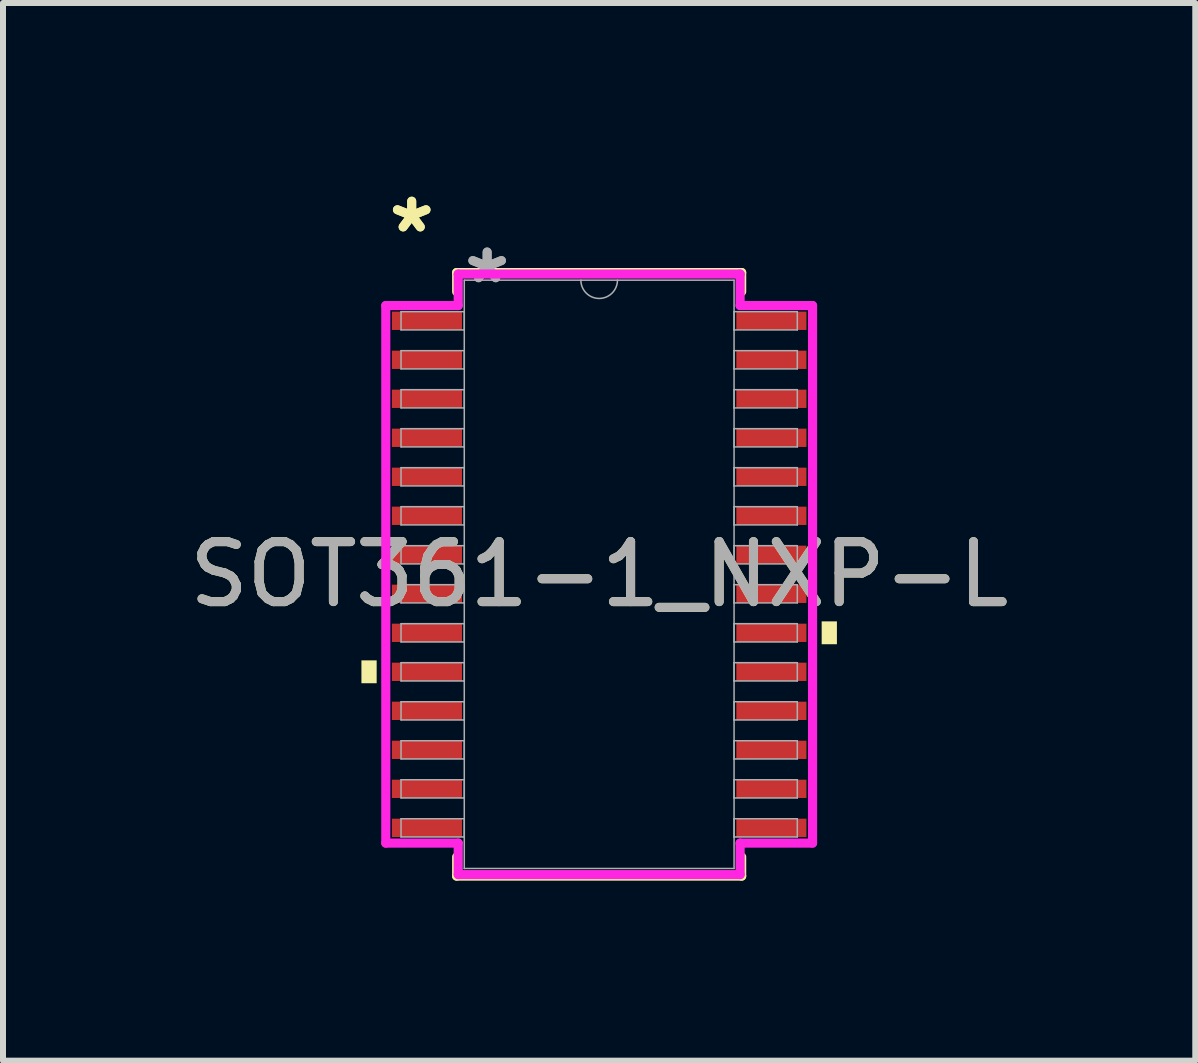
<source format=kicad_pcb>
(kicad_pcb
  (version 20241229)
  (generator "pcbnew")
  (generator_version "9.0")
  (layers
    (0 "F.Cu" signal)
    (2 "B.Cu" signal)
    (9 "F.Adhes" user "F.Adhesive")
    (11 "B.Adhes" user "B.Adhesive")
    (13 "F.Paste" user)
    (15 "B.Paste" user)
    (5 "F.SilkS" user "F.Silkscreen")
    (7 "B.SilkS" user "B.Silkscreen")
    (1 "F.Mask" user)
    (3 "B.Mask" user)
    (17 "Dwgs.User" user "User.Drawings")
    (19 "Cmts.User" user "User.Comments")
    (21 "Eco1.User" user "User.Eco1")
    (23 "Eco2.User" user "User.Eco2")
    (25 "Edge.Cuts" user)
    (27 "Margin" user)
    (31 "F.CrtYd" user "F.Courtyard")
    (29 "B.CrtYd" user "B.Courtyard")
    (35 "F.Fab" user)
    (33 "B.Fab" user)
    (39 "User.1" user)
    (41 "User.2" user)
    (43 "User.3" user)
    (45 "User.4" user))
  (footprint "SOT361-1_NXP-L"
    (layer "F.Cu")
    (at 6.935 6.521)
    (property "Reference" "SOT361-1_NXP-L" (at 0 0 0) (unlocked yes) (layer "F.SilkS") (effects (font (size 1 1) (thickness 0.15))))
    (attr smd)
    (fp_line (start -2.375 -5.029) (end -2.375 -4.71) (stroke (width 0.152) (type solid)) (layer "F.SilkS"))
    (fp_line (start -2.375 4.71) (end -2.375 5.029) (stroke (width 0.152) (type solid)) (layer "F.SilkS"))
    (fp_line (start -2.375 5.029) (end 2.375 5.029) (stroke (width 0.152) (type solid)) (layer "F.SilkS"))
    (fp_line (start 2.375 -5.029) (end -2.375 -5.029) (stroke (width 0.152) (type solid)) (layer "F.SilkS"))
    (fp_line (start 2.375 -4.71) (end 2.375 -5.029) (stroke (width 0.152) (type solid)) (layer "F.SilkS"))
    (fp_line (start 2.375 5.029) (end 2.375 4.71) (stroke (width 0.152) (type solid)) (layer "F.SilkS"))
    (fp_poly (pts (xy -3.962 1.434) (xy -3.962 1.815) (xy -3.708 1.815) (xy -3.708 1.434)) (stroke (width 0) (type solid)) (fill yes) (layer "F.SilkS"))
    (fp_poly (pts (xy 3.962 0.784) (xy 3.962 1.165) (xy 3.708 1.165) (xy 3.708 0.784)) (stroke (width 0) (type solid)) (fill yes) (layer "F.SilkS"))
    (fp_line (start -3.556 -4.479) (end -2.349 -4.479) (stroke (width 0.152) (type solid)) (layer "F.CrtYd"))
    (fp_line (start -3.556 4.479) (end -3.556 -4.479) (stroke (width 0.152) (type solid)) (layer "F.CrtYd"))
    (fp_line (start -3.556 4.479) (end -2.349 4.479) (stroke (width 0.152) (type solid)) (layer "F.CrtYd"))
    (fp_line (start -2.349 -5.004) (end 2.349 -5.004) (stroke (width 0.152) (type solid)) (layer "F.CrtYd"))
    (fp_line (start -2.349 -4.479) (end -2.349 -5.004) (stroke (width 0.152) (type solid)) (layer "F.CrtYd"))
    (fp_line (start -2.349 5.004) (end -2.349 4.479) (stroke (width 0.152) (type solid)) (layer "F.CrtYd"))
    (fp_line (start 2.349 -5.004) (end 2.349 -4.479) (stroke (width 0.152) (type solid)) (layer "F.CrtYd"))
    (fp_line (start 2.349 4.479) (end 2.349 5.004) (stroke (width 0.152) (type solid)) (layer "F.CrtYd"))
    (fp_line (start 2.349 5.004) (end -2.349 5.004) (stroke (width 0.152) (type solid)) (layer "F.CrtYd"))
    (fp_line (start 3.556 -4.479) (end 2.349 -4.479) (stroke (width 0.152) (type solid)) (layer "F.CrtYd"))
    (fp_line (start 3.556 -4.479) (end 3.556 4.479) (stroke (width 0.152) (type solid)) (layer "F.CrtYd"))
    (fp_line (start 3.556 4.479) (end 2.349 4.479) (stroke (width 0.152) (type solid)) (layer "F.CrtYd"))
    (fp_line (start -3.302 -4.377) (end -3.302 -4.073) (stroke (width 0.025) (type solid)) (layer "F.Fab"))
    (fp_line (start -3.302 -4.073) (end -2.248 -4.073) (stroke (width 0.025) (type solid)) (layer "F.Fab"))
    (fp_line (start -3.302 -3.727) (end -3.302 -3.423) (stroke (width 0.025) (type solid)) (layer "F.Fab"))
    (fp_line (start -3.302 -3.423) (end -2.248 -3.423) (stroke (width 0.025) (type solid)) (layer "F.Fab"))
    (fp_line (start -3.302 -3.077) (end -3.302 -2.773) (stroke (width 0.025) (type solid)) (layer "F.Fab"))
    (fp_line (start -3.302 -2.773) (end -2.248 -2.773) (stroke (width 0.025) (type solid)) (layer "F.Fab"))
    (fp_line (start -3.302 -2.427) (end -3.302 -2.123) (stroke (width 0.025) (type solid)) (layer "F.Fab"))
    (fp_line (start -3.302 -2.123) (end -2.248 -2.123) (stroke (width 0.025) (type solid)) (layer "F.Fab"))
    (fp_line (start -3.302 -1.777) (end -3.302 -1.473) (stroke (width 0.025) (type solid)) (layer "F.Fab"))
    (fp_line (start -3.302 -1.473) (end -2.248 -1.473) (stroke (width 0.025) (type solid)) (layer "F.Fab"))
    (fp_line (start -3.302 -1.127) (end -3.302 -0.823) (stroke (width 0.025) (type solid)) (layer "F.Fab"))
    (fp_line (start -3.302 -0.823) (end -2.248 -0.823) (stroke (width 0.025) (type solid)) (layer "F.Fab"))
    (fp_line (start -3.302 -0.477) (end -3.302 -0.173) (stroke (width 0.025) (type solid)) (layer "F.Fab"))
    (fp_line (start -3.302 -0.173) (end -2.248 -0.173) (stroke (width 0.025) (type solid)) (layer "F.Fab"))
    (fp_line (start -3.302 0.173) (end -3.302 0.477) (stroke (width 0.025) (type solid)) (layer "F.Fab"))
    (fp_line (start -3.302 0.477) (end -2.248 0.477) (stroke (width 0.025) (type solid)) (layer "F.Fab"))
    (fp_line (start -3.302 0.823) (end -3.302 1.127) (stroke (width 0.025) (type solid)) (layer "F.Fab"))
    (fp_line (start -3.302 1.127) (end -2.248 1.127) (stroke (width 0.025) (type solid)) (layer "F.Fab"))
    (fp_line (start -3.302 1.473) (end -3.302 1.777) (stroke (width 0.025) (type solid)) (layer "F.Fab"))
    (fp_line (start -3.302 1.777) (end -2.248 1.777) (stroke (width 0.025) (type solid)) (layer "F.Fab"))
    (fp_line (start -3.302 2.123) (end -3.302 2.427) (stroke (width 0.025) (type solid)) (layer "F.Fab"))
    (fp_line (start -3.302 2.427) (end -2.248 2.427) (stroke (width 0.025) (type solid)) (layer "F.Fab"))
    (fp_line (start -3.302 2.773) (end -3.302 3.077) (stroke (width 0.025) (type solid)) (layer "F.Fab"))
    (fp_line (start -3.302 3.077) (end -2.248 3.077) (stroke (width 0.025) (type solid)) (layer "F.Fab"))
    (fp_line (start -3.302 3.423) (end -3.302 3.727) (stroke (width 0.025) (type solid)) (layer "F.Fab"))
    (fp_line (start -3.302 3.727) (end -2.248 3.727) (stroke (width 0.025) (type solid)) (layer "F.Fab"))
    (fp_line (start -3.302 4.073) (end -3.302 4.377) (stroke (width 0.025) (type solid)) (layer "F.Fab"))
    (fp_line (start -3.302 4.377) (end -2.248 4.377) (stroke (width 0.025) (type solid)) (layer "F.Fab"))
    (fp_line (start -2.248 -4.902) (end -2.248 4.902) (stroke (width 0.025) (type solid)) (layer "F.Fab"))
    (fp_line (start -2.248 -4.377) (end -3.302 -4.377) (stroke (width 0.025) (type solid)) (layer "F.Fab"))
    (fp_line (start -2.248 -4.073) (end -2.248 -4.377) (stroke (width 0.025) (type solid)) (layer "F.Fab"))
    (fp_line (start -2.248 -3.727) (end -3.302 -3.727) (stroke (width 0.025) (type solid)) (layer "F.Fab"))
    (fp_line (start -2.248 -3.423) (end -2.248 -3.727) (stroke (width 0.025) (type solid)) (layer "F.Fab"))
    (fp_line (start -2.248 -3.077) (end -3.302 -3.077) (stroke (width 0.025) (type solid)) (layer "F.Fab"))
    (fp_line (start -2.248 -2.773) (end -2.248 -3.077) (stroke (width 0.025) (type solid)) (layer "F.Fab"))
    (fp_line (start -2.248 -2.427) (end -3.302 -2.427) (stroke (width 0.025) (type solid)) (layer "F.Fab"))
    (fp_line (start -2.248 -2.123) (end -2.248 -2.427) (stroke (width 0.025) (type solid)) (layer "F.Fab"))
    (fp_line (start -2.248 -1.777) (end -3.302 -1.777) (stroke (width 0.025) (type solid)) (layer "F.Fab"))
    (fp_line (start -2.248 -1.473) (end -2.248 -1.777) (stroke (width 0.025) (type solid)) (layer "F.Fab"))
    (fp_line (start -2.248 -1.127) (end -3.302 -1.127) (stroke (width 0.025) (type solid)) (layer "F.Fab"))
    (fp_line (start -2.248 -0.823) (end -2.248 -1.127) (stroke (width 0.025) (type solid)) (layer "F.Fab"))
    (fp_line (start -2.248 -0.477) (end -3.302 -0.477) (stroke (width 0.025) (type solid)) (layer "F.Fab"))
    (fp_line (start -2.248 -0.173) (end -2.248 -0.477) (stroke (width 0.025) (type solid)) (layer "F.Fab"))
    (fp_line (start -2.248 0.173) (end -3.302 0.173) (stroke (width 0.025) (type solid)) (layer "F.Fab"))
    (fp_line (start -2.248 0.477) (end -2.248 0.173) (stroke (width 0.025) (type solid)) (layer "F.Fab"))
    (fp_line (start -2.248 0.823) (end -3.302 0.823) (stroke (width 0.025) (type solid)) (layer "F.Fab"))
    (fp_line (start -2.248 1.127) (end -2.248 0.823) (stroke (width 0.025) (type solid)) (layer "F.Fab"))
    (fp_line (start -2.248 1.473) (end -3.302 1.473) (stroke (width 0.025) (type solid)) (layer "F.Fab"))
    (fp_line (start -2.248 1.777) (end -2.248 1.473) (stroke (width 0.025) (type solid)) (layer "F.Fab"))
    (fp_line (start -2.248 2.123) (end -3.302 2.123) (stroke (width 0.025) (type solid)) (layer "F.Fab"))
    (fp_line (start -2.248 2.427) (end -2.248 2.123) (stroke (width 0.025) (type solid)) (layer "F.Fab"))
    (fp_line (start -2.248 2.773) (end -3.302 2.773) (stroke (width 0.025) (type solid)) (layer "F.Fab"))
    (fp_line (start -2.248 3.077) (end -2.248 2.773) (stroke (width 0.025) (type solid)) (layer "F.Fab"))
    (fp_line (start -2.248 3.423) (end -3.302 3.423) (stroke (width 0.025) (type solid)) (layer "F.Fab"))
    (fp_line (start -2.248 3.727) (end -2.248 3.423) (stroke (width 0.025) (type solid)) (layer "F.Fab"))
    (fp_line (start -2.248 4.073) (end -3.302 4.073) (stroke (width 0.025) (type solid)) (layer "F.Fab"))
    (fp_line (start -2.248 4.377) (end -2.248 4.073) (stroke (width 0.025) (type solid)) (layer "F.Fab"))
    (fp_line (start -2.248 4.902) (end 2.248 4.902) (stroke (width 0.025) (type solid)) (layer "F.Fab"))
    (fp_line (start 2.248 -4.902) (end -2.248 -4.902) (stroke (width 0.025) (type solid)) (layer "F.Fab"))
    (fp_line (start 2.248 -4.377) (end 2.248 -4.073) (stroke (width 0.025) (type solid)) (layer "F.Fab"))
    (fp_line (start 2.248 -4.073) (end 3.302 -4.073) (stroke (width 0.025) (type solid)) (layer "F.Fab"))
    (fp_line (start 2.248 -3.727) (end 2.248 -3.423) (stroke (width 0.025) (type solid)) (layer "F.Fab"))
    (fp_line (start 2.248 -3.423) (end 3.302 -3.423) (stroke (width 0.025) (type solid)) (layer "F.Fab"))
    (fp_line (start 2.248 -3.077) (end 2.248 -2.773) (stroke (width 0.025) (type solid)) (layer "F.Fab"))
    (fp_line (start 2.248 -2.773) (end 3.302 -2.773) (stroke (width 0.025) (type solid)) (layer "F.Fab"))
    (fp_line (start 2.248 -2.427) (end 2.248 -2.123) (stroke (width 0.025) (type solid)) (layer "F.Fab"))
    (fp_line (start 2.248 -2.123) (end 3.302 -2.123) (stroke (width 0.025) (type solid)) (layer "F.Fab"))
    (fp_line (start 2.248 -1.777) (end 2.248 -1.473) (stroke (width 0.025) (type solid)) (layer "F.Fab"))
    (fp_line (start 2.248 -1.473) (end 3.302 -1.473) (stroke (width 0.025) (type solid)) (layer "F.Fab"))
    (fp_line (start 2.248 -1.127) (end 2.248 -0.823) (stroke (width 0.025) (type solid)) (layer "F.Fab"))
    (fp_line (start 2.248 -0.823) (end 3.302 -0.823) (stroke (width 0.025) (type solid)) (layer "F.Fab"))
    (fp_line (start 2.248 -0.477) (end 2.248 -0.173) (stroke (width 0.025) (type solid)) (layer "F.Fab"))
    (fp_line (start 2.248 -0.173) (end 3.302 -0.173) (stroke (width 0.025) (type solid)) (layer "F.Fab"))
    (fp_line (start 2.248 0.173) (end 2.248 0.477) (stroke (width 0.025) (type solid)) (layer "F.Fab"))
    (fp_line (start 2.248 0.477) (end 3.302 0.477) (stroke (width 0.025) (type solid)) (layer "F.Fab"))
    (fp_line (start 2.248 0.823) (end 2.248 1.127) (stroke (width 0.025) (type solid)) (layer "F.Fab"))
    (fp_line (start 2.248 1.127) (end 3.302 1.127) (stroke (width 0.025) (type solid)) (layer "F.Fab"))
    (fp_line (start 2.248 1.473) (end 2.248 1.777) (stroke (width 0.025) (type solid)) (layer "F.Fab"))
    (fp_line (start 2.248 1.777) (end 3.302 1.777) (stroke (width 0.025) (type solid)) (layer "F.Fab"))
    (fp_line (start 2.248 2.123) (end 2.248 2.427) (stroke (width 0.025) (type solid)) (layer "F.Fab"))
    (fp_line (start 2.248 2.427) (end 3.302 2.427) (stroke (width 0.025) (type solid)) (layer "F.Fab"))
    (fp_line (start 2.248 2.773) (end 2.248 3.077) (stroke (width 0.025) (type solid)) (layer "F.Fab"))
    (fp_line (start 2.248 3.077) (end 3.302 3.077) (stroke (width 0.025) (type solid)) (layer "F.Fab"))
    (fp_line (start 2.248 3.423) (end 2.248 3.727) (stroke (width 0.025) (type solid)) (layer "F.Fab"))
    (fp_line (start 2.248 3.727) (end 3.302 3.727) (stroke (width 0.025) (type solid)) (layer "F.Fab"))
    (fp_line (start 2.248 4.073) (end 2.248 4.377) (stroke (width 0.025) (type solid)) (layer "F.Fab"))
    (fp_line (start 2.248 4.377) (end 3.302 4.377) (stroke (width 0.025) (type solid)) (layer "F.Fab"))
    (fp_line (start 2.248 4.902) (end 2.248 -4.902) (stroke (width 0.025) (type solid)) (layer "F.Fab"))
    (fp_line (start 3.302 -4.377) (end 2.248 -4.377) (stroke (width 0.025) (type solid)) (layer "F.Fab"))
    (fp_line (start 3.302 -4.073) (end 3.302 -4.377) (stroke (width 0.025) (type solid)) (layer "F.Fab"))
    (fp_line (start 3.302 -3.727) (end 2.248 -3.727) (stroke (width 0.025) (type solid)) (layer "F.Fab"))
    (fp_line (start 3.302 -3.423) (end 3.302 -3.727) (stroke (width 0.025) (type solid)) (layer "F.Fab"))
    (fp_line (start 3.302 -3.077) (end 2.248 -3.077) (stroke (width 0.025) (type solid)) (layer "F.Fab"))
    (fp_line (start 3.302 -2.773) (end 3.302 -3.077) (stroke (width 0.025) (type solid)) (layer "F.Fab"))
    (fp_line (start 3.302 -2.427) (end 2.248 -2.427) (stroke (width 0.025) (type solid)) (layer "F.Fab"))
    (fp_line (start 3.302 -2.123) (end 3.302 -2.427) (stroke (width 0.025) (type solid)) (layer "F.Fab"))
    (fp_line (start 3.302 -1.777) (end 2.248 -1.777) (stroke (width 0.025) (type solid)) (layer "F.Fab"))
    (fp_line (start 3.302 -1.473) (end 3.302 -1.777) (stroke (width 0.025) (type solid)) (layer "F.Fab"))
    (fp_line (start 3.302 -1.127) (end 2.248 -1.127) (stroke (width 0.025) (type solid)) (layer "F.Fab"))
    (fp_line (start 3.302 -0.823) (end 3.302 -1.127) (stroke (width 0.025) (type solid)) (layer "F.Fab"))
    (fp_line (start 3.302 -0.477) (end 2.248 -0.477) (stroke (width 0.025) (type solid)) (layer "F.Fab"))
    (fp_line (start 3.302 -0.173) (end 3.302 -0.477) (stroke (width 0.025) (type solid)) (layer "F.Fab"))
    (fp_line (start 3.302 0.173) (end 2.248 0.173) (stroke (width 0.025) (type solid)) (layer "F.Fab"))
    (fp_line (start 3.302 0.477) (end 3.302 0.173) (stroke (width 0.025) (type solid)) (layer "F.Fab"))
    (fp_line (start 3.302 0.823) (end 2.248 0.823) (stroke (width 0.025) (type solid)) (layer "F.Fab"))
    (fp_line (start 3.302 1.127) (end 3.302 0.823) (stroke (width 0.025) (type solid)) (layer "F.Fab"))
    (fp_line (start 3.302 1.473) (end 2.248 1.473) (stroke (width 0.025) (type solid)) (layer "F.Fab"))
    (fp_line (start 3.302 1.777) (end 3.302 1.473) (stroke (width 0.025) (type solid)) (layer "F.Fab"))
    (fp_line (start 3.302 2.123) (end 2.248 2.123) (stroke (width 0.025) (type solid)) (layer "F.Fab"))
    (fp_line (start 3.302 2.427) (end 3.302 2.123) (stroke (width 0.025) (type solid)) (layer "F.Fab"))
    (fp_line (start 3.302 2.773) (end 2.248 2.773) (stroke (width 0.025) (type solid)) (layer "F.Fab"))
    (fp_line (start 3.302 3.077) (end 3.302 2.773) (stroke (width 0.025) (type solid)) (layer "F.Fab"))
    (fp_line (start 3.302 3.423) (end 2.248 3.423) (stroke (width 0.025) (type solid)) (layer "F.Fab"))
    (fp_line (start 3.302 3.727) (end 3.302 3.423) (stroke (width 0.025) (type solid)) (layer "F.Fab"))
    (fp_line (start 3.302 4.073) (end 2.248 4.073) (stroke (width 0.025) (type solid)) (layer "F.Fab"))
    (fp_line (start 3.302 4.377) (end 3.302 4.073) (stroke (width 0.025) (type solid)) (layer "F.Fab"))
    (fp_arc (start 0.3048 -4.9022) (mid 0 -4.5974) (end -0.3048 -4.9022) (stroke (width 0.0254) (type solid)) (layer "F.Fab"))
    (fp_text user "*" (at -3.124 -5.673 0) (unlocked yes) (layer "F.SilkS") (effects (font (size 1 1) (thickness 0.15))))
    (fp_text user "*" (at -3.124 -5.673 0) (layer "F.SilkS") (effects (font (size 1 1) (thickness 0.15))))
    (fp_text user "*" (at -1.867 -4.826 0) (unlocked yes) (layer "F.Fab") (effects (font (size 1 1) (thickness 0.15))))
    (fp_text user "*" (at -1.867 -4.826 0) (layer "F.Fab") (effects (font (size 1 1) (thickness 0.15))))
    (fp_text user "${REFERENCE}" (at 0 0 0) (unlocked yes) (layer "F.Fab") (effects (font (size 1 1) (thickness 0.15))))
    (pad "1" smd rect (at -2.87 -4.225) (size 1.168 0.305) (layers "F.Cu" "F.Mask" "F.Paste"))
    (pad "2" smd rect (at -2.87 -3.575) (size 1.168 0.305) (layers "F.Cu" "F.Mask" "F.Paste"))
    (pad "3" smd rect (at -2.87 -2.925) (size 1.168 0.305) (layers "F.Cu" "F.Mask" "F.Paste"))
    (pad "4" smd rect (at -2.87 -2.275) (size 1.168 0.305) (layers "F.Cu" "F.Mask" "F.Paste"))
    (pad "5" smd rect (at -2.87 -1.625) (size 1.168 0.305) (layers "F.Cu" "F.Mask" "F.Paste"))
    (pad "6" smd rect (at -2.87 -0.975) (size 1.168 0.305) (layers "F.Cu" "F.Mask" "F.Paste"))
    (pad "7" smd rect (at -2.87 -0.325) (size 1.168 0.305) (layers "F.Cu" "F.Mask" "F.Paste"))
    (pad "8" smd rect (at -2.87 0.325) (size 1.168 0.305) (layers "F.Cu" "F.Mask" "F.Paste"))
    (pad "9" smd rect (at -2.87 0.975) (size 1.168 0.305) (layers "F.Cu" "F.Mask" "F.Paste"))
    (pad "10" smd rect (at -2.87 1.625) (size 1.168 0.305) (layers "F.Cu" "F.Mask" "F.Paste"))
    (pad "11" smd rect (at -2.87 2.275) (size 1.168 0.305) (layers "F.Cu" "F.Mask" "F.Paste"))
    (pad "12" smd rect (at -2.87 2.925) (size 1.168 0.305) (layers "F.Cu" "F.Mask" "F.Paste"))
    (pad "13" smd rect (at -2.87 3.575) (size 1.168 0.305) (layers "F.Cu" "F.Mask" "F.Paste"))
    (pad "14" smd rect (at -2.87 4.225) (size 1.168 0.305) (layers "F.Cu" "F.Mask" "F.Paste"))
    (pad "15" smd rect (at 2.87 4.225) (size 1.168 0.305) (layers "F.Cu" "F.Mask" "F.Paste"))
    (pad "16" smd rect (at 2.87 3.575) (size 1.168 0.305) (layers "F.Cu" "F.Mask" "F.Paste"))
    (pad "17" smd rect (at 2.87 2.925) (size 1.168 0.305) (layers "F.Cu" "F.Mask" "F.Paste"))
    (pad "18" smd rect (at 2.87 2.275) (size 1.168 0.305) (layers "F.Cu" "F.Mask" "F.Paste"))
    (pad "19" smd rect (at 2.87 1.625) (size 1.168 0.305) (layers "F.Cu" "F.Mask" "F.Paste"))
    (pad "20" smd rect (at 2.87 0.975) (size 1.168 0.305) (layers "F.Cu" "F.Mask" "F.Paste"))
    (pad "21" smd rect (at 2.87 0.325) (size 1.168 0.305) (layers "F.Cu" "F.Mask" "F.Paste"))
    (pad "22" smd rect (at 2.87 -0.325) (size 1.168 0.305) (layers "F.Cu" "F.Mask" "F.Paste"))
    (pad "23" smd rect (at 2.87 -0.975) (size 1.168 0.305) (layers "F.Cu" "F.Mask" "F.Paste"))
    (pad "24" smd rect (at 2.87 -1.625) (size 1.168 0.305) (layers "F.Cu" "F.Mask" "F.Paste"))
    (pad "25" smd rect (at 2.87 -2.275) (size 1.168 0.305) (layers "F.Cu" "F.Mask" "F.Paste"))
    (pad "26" smd rect (at 2.87 -2.925) (size 1.168 0.305) (layers "F.Cu" "F.Mask" "F.Paste"))
    (pad "27" smd rect (at 2.87 -3.575) (size 1.168 0.305) (layers "F.Cu" "F.Mask" "F.Paste"))
    (pad "28" smd rect (at 2.87 -4.225) (size 1.168 0.305) (layers "F.Cu" "F.Mask" "F.Paste")))
  (gr_rect
    (start -3 -3)
    (end 16.869 14.626)
    (stroke (width 0.1) (type default))
    (fill no)
    (layer "Edge.Cuts")))
</source>
